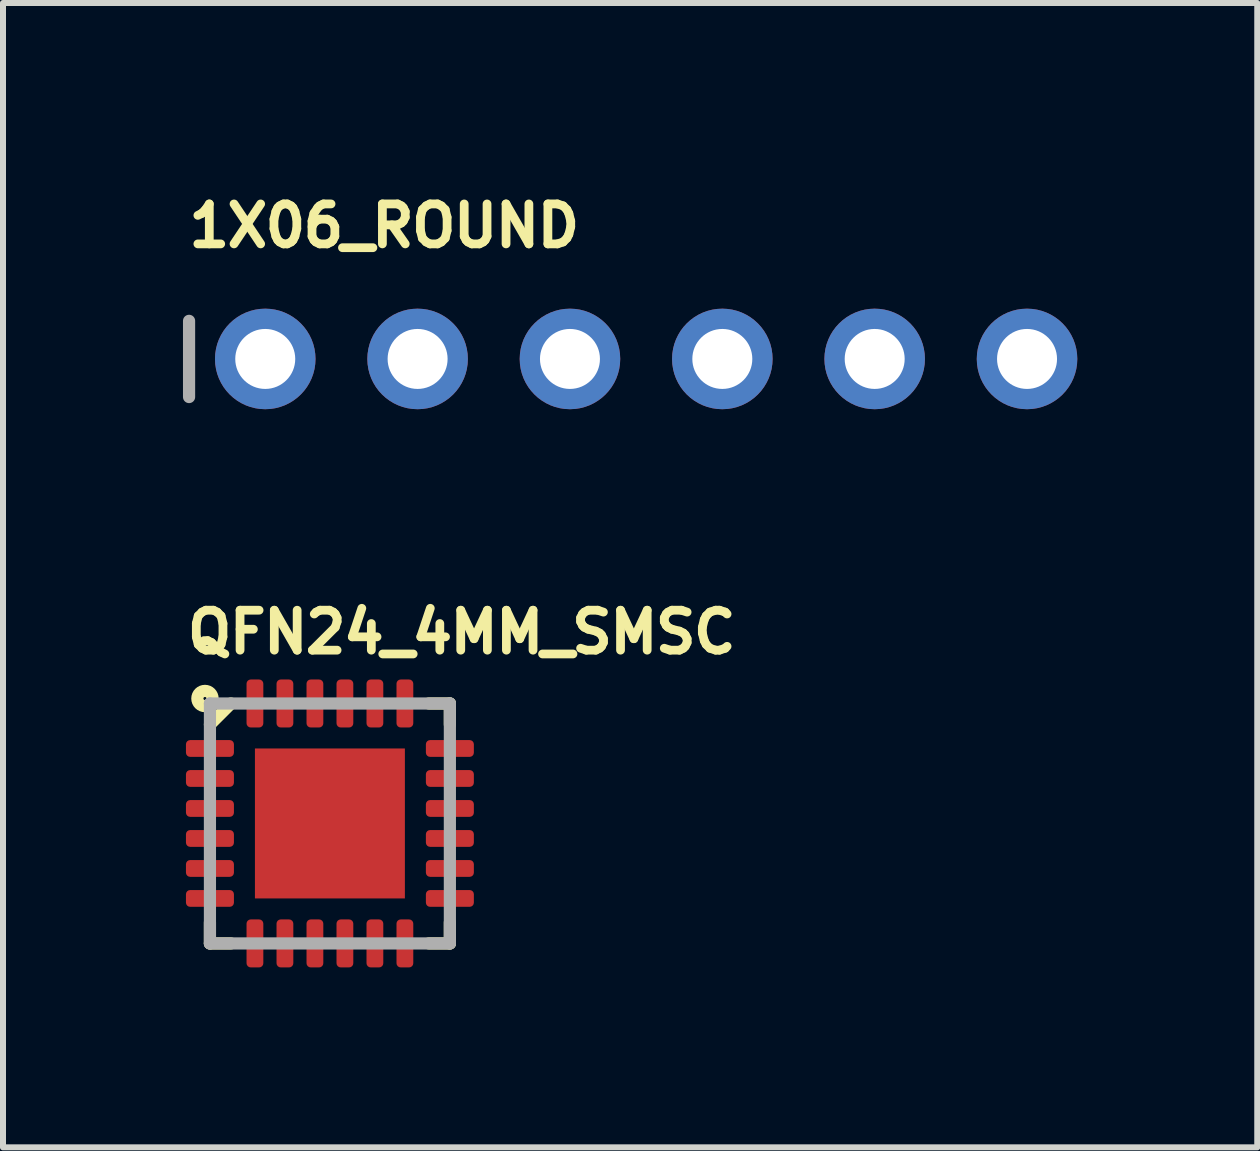
<source format=kicad_pcb>
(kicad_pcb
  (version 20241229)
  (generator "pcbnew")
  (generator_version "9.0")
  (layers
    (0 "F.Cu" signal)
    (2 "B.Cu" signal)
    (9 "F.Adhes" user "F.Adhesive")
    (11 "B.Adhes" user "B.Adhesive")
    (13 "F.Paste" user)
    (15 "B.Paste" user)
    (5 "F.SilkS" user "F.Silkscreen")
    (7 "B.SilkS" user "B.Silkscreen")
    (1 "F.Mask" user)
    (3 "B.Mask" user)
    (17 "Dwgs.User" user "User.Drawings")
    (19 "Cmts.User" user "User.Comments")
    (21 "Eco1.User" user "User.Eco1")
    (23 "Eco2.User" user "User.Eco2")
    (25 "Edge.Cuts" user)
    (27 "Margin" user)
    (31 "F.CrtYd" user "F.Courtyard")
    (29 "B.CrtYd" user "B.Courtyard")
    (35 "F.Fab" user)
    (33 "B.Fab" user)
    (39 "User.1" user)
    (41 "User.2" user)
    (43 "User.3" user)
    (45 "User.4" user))
  (footprint "1X06_ROUND"
    (layer "F.Cu")
    (at 7.722 2.934)
    (property "Reference" "1X06_ROUND" (at -7.696 -1.829 0) (layer "F.SilkS") (effects (font (size 0.666 0.666) (thickness 0.146)) (justify left bottom)))
    (fp_line (start -7.62 -0.635) (end -7.62 0.635) (stroke (width 0.203) (type solid)) (layer "F.Fab"))
    (fp_poly (pts (xy -6.604 0.254) (xy -6.096 0.254) (xy -6.096 -0.254) (xy -6.604 -0.254)) (stroke (width 0.1) (type default)) (fill no) (layer "F.Fab"))
    (fp_poly (pts (xy -4.064 0.254) (xy -3.556 0.254) (xy -3.556 -0.254) (xy -4.064 -0.254)) (stroke (width 0.1) (type default)) (fill no) (layer "F.Fab"))
    (fp_poly (pts (xy -1.524 0.254) (xy -1.016 0.254) (xy -1.016 -0.254) (xy -1.524 -0.254)) (stroke (width 0.1) (type default)) (fill no) (layer "F.Fab"))
    (fp_poly (pts (xy 1.016 0.254) (xy 1.524 0.254) (xy 1.524 -0.254) (xy 1.016 -0.254)) (stroke (width 0.1) (type default)) (fill no) (layer "F.Fab"))
    (fp_poly (pts (xy 3.556 0.254) (xy 4.064 0.254) (xy 4.064 -0.254) (xy 3.556 -0.254)) (stroke (width 0.1) (type default)) (fill no) (layer "F.Fab"))
    (fp_poly (pts (xy 6.096 0.254) (xy 6.604 0.254) (xy 6.604 -0.254) (xy 6.096 -0.254)) (stroke (width 0.1) (type default)) (fill no) (layer "F.Fab"))
    (pad "1" thru_hole circle (at -6.35 0 90) (size 1.676 1.676) (drill 1) (layers "*.Cu" "*.Mask"))
    (pad "2" thru_hole circle (at -3.81 0 90) (size 1.676 1.676) (drill 1) (layers "*.Cu" "*.Mask"))
    (pad "3" thru_hole circle (at -1.27 0 90) (size 1.676 1.676) (drill 1) (layers "*.Cu" "*.Mask"))
    (pad "4" thru_hole circle (at 1.27 0 90) (size 1.676 1.676) (drill 1) (layers "*.Cu" "*.Mask"))
    (pad "5" thru_hole circle (at 3.81 0 90) (size 1.676 1.676) (drill 1) (layers "*.Cu" "*.Mask"))
    (pad "6" thru_hole circle (at 6.35 0 90) (size 1.676 1.676) (drill 1) (layers "*.Cu" "*.Mask")))
  (footprint "QFN24_4MM_SMSC"
    (layer "F.Cu")
    (at 2.45 10.678)
    (property "Reference" "QFN24_4MM_SMSC" (at -2.45 -2.8 0) (layer "F.SilkS") (effects (font (size 0.666 0.666) (thickness 0.146)) (justify left bottom)))
    (fp_line (start -2 2) (end -2 1.65) (stroke (width 0.203) (type solid)) (layer "F.SilkS"))
    (fp_line (start -1.65 -2) (end -2 -1.65) (stroke (width 0.203) (type solid)) (layer "F.SilkS"))
    (fp_line (start -1.65 2) (end -2 2) (stroke (width 0.203) (type solid)) (layer "F.SilkS"))
    (fp_line (start 1.65 2) (end 2 2) (stroke (width 0.203) (type solid)) (layer "F.SilkS"))
    (fp_line (start 2 -2) (end 1.65 -2) (stroke (width 0.203) (type solid)) (layer "F.SilkS"))
    (fp_line (start 2 -1.65) (end 2 -2) (stroke (width 0.203) (type solid)) (layer "F.SilkS"))
    (fp_line (start 2 1.65) (end 2 2) (stroke (width 0.203) (type solid)) (layer "F.SilkS"))
    (fp_circle (center -2.083 -2.083) (end -1.956 -2.083) (stroke (width 0.203) (type solid)) (fill no) (layer "F.SilkS"))
    (fp_poly (pts (xy -1.2 -0.6) (xy -0.6 -0.6) (xy -0.6 -1.2) (xy -1.2 -1.2)) (stroke (width 0) (type default)) (fill yes) (layer "F.Paste"))
    (fp_poly (pts (xy -1.2 0.3) (xy -0.6 0.3) (xy -0.6 -0.3) (xy -1.2 -0.3)) (stroke (width 0) (type default)) (fill yes) (layer "F.Paste"))
    (fp_poly (pts (xy -1.2 1.2) (xy -0.6 1.2) (xy -0.6 0.6) (xy -1.2 0.6)) (stroke (width 0) (type default)) (fill yes) (layer "F.Paste"))
    (fp_poly (pts (xy -0.3 -0.6) (xy 0.3 -0.6) (xy 0.3 -1.2) (xy -0.3 -1.2)) (stroke (width 0) (type default)) (fill yes) (layer "F.Paste"))
    (fp_poly (pts (xy -0.3 0.3) (xy 0.3 0.3) (xy 0.3 -0.3) (xy -0.3 -0.3)) (stroke (width 0) (type default)) (fill yes) (layer "F.Paste"))
    (fp_poly (pts (xy -0.3 1.2) (xy 0.3 1.2) (xy 0.3 0.6) (xy -0.3 0.6)) (stroke (width 0) (type default)) (fill yes) (layer "F.Paste"))
    (fp_poly (pts (xy 0.6 -0.6) (xy 1.2 -0.6) (xy 1.2 -1.2) (xy 0.6 -1.2)) (stroke (width 0) (type default)) (fill yes) (layer "F.Paste"))
    (fp_poly (pts (xy 0.6 0.3) (xy 1.2 0.3) (xy 1.2 -0.3) (xy 0.6 -0.3)) (stroke (width 0) (type default)) (fill yes) (layer "F.Paste"))
    (fp_poly (pts (xy 0.6 1.2) (xy 1.2 1.2) (xy 1.2 0.6) (xy 0.6 0.6)) (stroke (width 0) (type default)) (fill yes) (layer "F.Paste"))
    (fp_line (start -2 -2) (end -2 2) (stroke (width 0.203) (type solid)) (layer "F.Fab"))
    (fp_line (start -2 2) (end 2 2) (stroke (width 0.203) (type solid)) (layer "F.Fab"))
    (fp_line (start 2 -2) (end -2 -2) (stroke (width 0.203) (type solid)) (layer "F.Fab"))
    (fp_line (start 2 2) (end 2 -2) (stroke (width 0.203) (type solid)) (layer "F.Fab"))
    (pad "1" smd roundrect (at -2 -1.25 180) (size 0.8 0.28) (layers "F.Cu" "F.Mask" "F.Paste") (roundrect_rratio 0.25))
    (pad "2" smd roundrect (at -2 -0.75 180) (size 0.8 0.28) (layers "F.Cu" "F.Mask" "F.Paste") (roundrect_rratio 0.25))
    (pad "3" smd roundrect (at -2 -0.25 180) (size 0.8 0.28) (layers "F.Cu" "F.Mask" "F.Paste") (roundrect_rratio 0.25))
    (pad "4" smd roundrect (at -2 0.25 180) (size 0.8 0.28) (layers "F.Cu" "F.Mask" "F.Paste") (roundrect_rratio 0.25))
    (pad "5" smd roundrect (at -2 0.75 180) (size 0.8 0.28) (layers "F.Cu" "F.Mask" "F.Paste") (roundrect_rratio 0.25))
    (pad "6" smd roundrect (at -2 1.25 180) (size 0.8 0.28) (layers "F.Cu" "F.Mask" "F.Paste") (roundrect_rratio 0.25))
    (pad "7" smd roundrect (at -1.25 2 90) (size 0.8 0.28) (layers "F.Cu" "F.Mask" "F.Paste") (roundrect_rratio 0.25))
    (pad "8" smd roundrect (at -0.75 2 90) (size 0.8 0.28) (layers "F.Cu" "F.Mask" "F.Paste") (roundrect_rratio 0.25))
    (pad "9" smd roundrect (at -0.25 2 90) (size 0.8 0.28) (layers "F.Cu" "F.Mask" "F.Paste") (roundrect_rratio 0.25))
    (pad "10" smd roundrect (at 0.25 2 90) (size 0.8 0.28) (layers "F.Cu" "F.Mask" "F.Paste") (roundrect_rratio 0.25))
    (pad "11" smd roundrect (at 0.75 2 90) (size 0.8 0.28) (layers "F.Cu" "F.Mask" "F.Paste") (roundrect_rratio 0.25))
    (pad "12" smd roundrect (at 1.25 2 90) (size 0.8 0.28) (layers "F.Cu" "F.Mask" "F.Paste") (roundrect_rratio 0.25))
    (pad "13" smd roundrect (at 2 1.25) (size 0.8 0.28) (layers "F.Cu" "F.Mask" "F.Paste") (roundrect_rratio 0.25))
    (pad "14" smd roundrect (at 2 0.75) (size 0.8 0.28) (layers "F.Cu" "F.Mask" "F.Paste") (roundrect_rratio 0.25))
    (pad "15" smd roundrect (at 2 0.25) (size 0.8 0.28) (layers "F.Cu" "F.Mask" "F.Paste") (roundrect_rratio 0.25))
    (pad "16" smd roundrect (at 2 -0.25) (size 0.8 0.28) (layers "F.Cu" "F.Mask" "F.Paste") (roundrect_rratio 0.25))
    (pad "17" smd roundrect (at 2 -0.75) (size 0.8 0.28) (layers "F.Cu" "F.Mask" "F.Paste") (roundrect_rratio 0.25))
    (pad "18" smd roundrect (at 2 -1.25) (size 0.8 0.28) (layers "F.Cu" "F.Mask" "F.Paste") (roundrect_rratio 0.25))
    (pad "19" smd roundrect (at 1.25 -2 270) (size 0.8 0.28) (layers "F.Cu" "F.Mask" "F.Paste") (roundrect_rratio 0.25))
    (pad "20" smd roundrect (at 0.75 -2 270) (size 0.8 0.28) (layers "F.Cu" "F.Mask" "F.Paste") (roundrect_rratio 0.25))
    (pad "21" smd roundrect (at 0.25 -2 270) (size 0.8 0.28) (layers "F.Cu" "F.Mask" "F.Paste") (roundrect_rratio 0.25))
    (pad "22" smd roundrect (at -0.25 -2 270) (size 0.8 0.28) (layers "F.Cu" "F.Mask" "F.Paste") (roundrect_rratio 0.25))
    (pad "23" smd roundrect (at -0.75 -2 270) (size 0.8 0.28) (layers "F.Cu" "F.Mask" "F.Paste") (roundrect_rratio 0.25))
    (pad "24" smd roundrect (at -1.25 -2 270) (size 0.8 0.28) (layers "F.Cu" "F.Mask" "F.Paste") (roundrect_rratio 0.25))
    (pad "THERM" smd rect (at 0 0) (size 2.5 2.5) (layers "F.Cu" "F.Mask")))
  (gr_rect
    (start -3 -3)
    (end 17.91 16.078)
    (stroke (width 0.1) (type default))
    (fill no)
    (layer "Edge.Cuts")))
</source>
